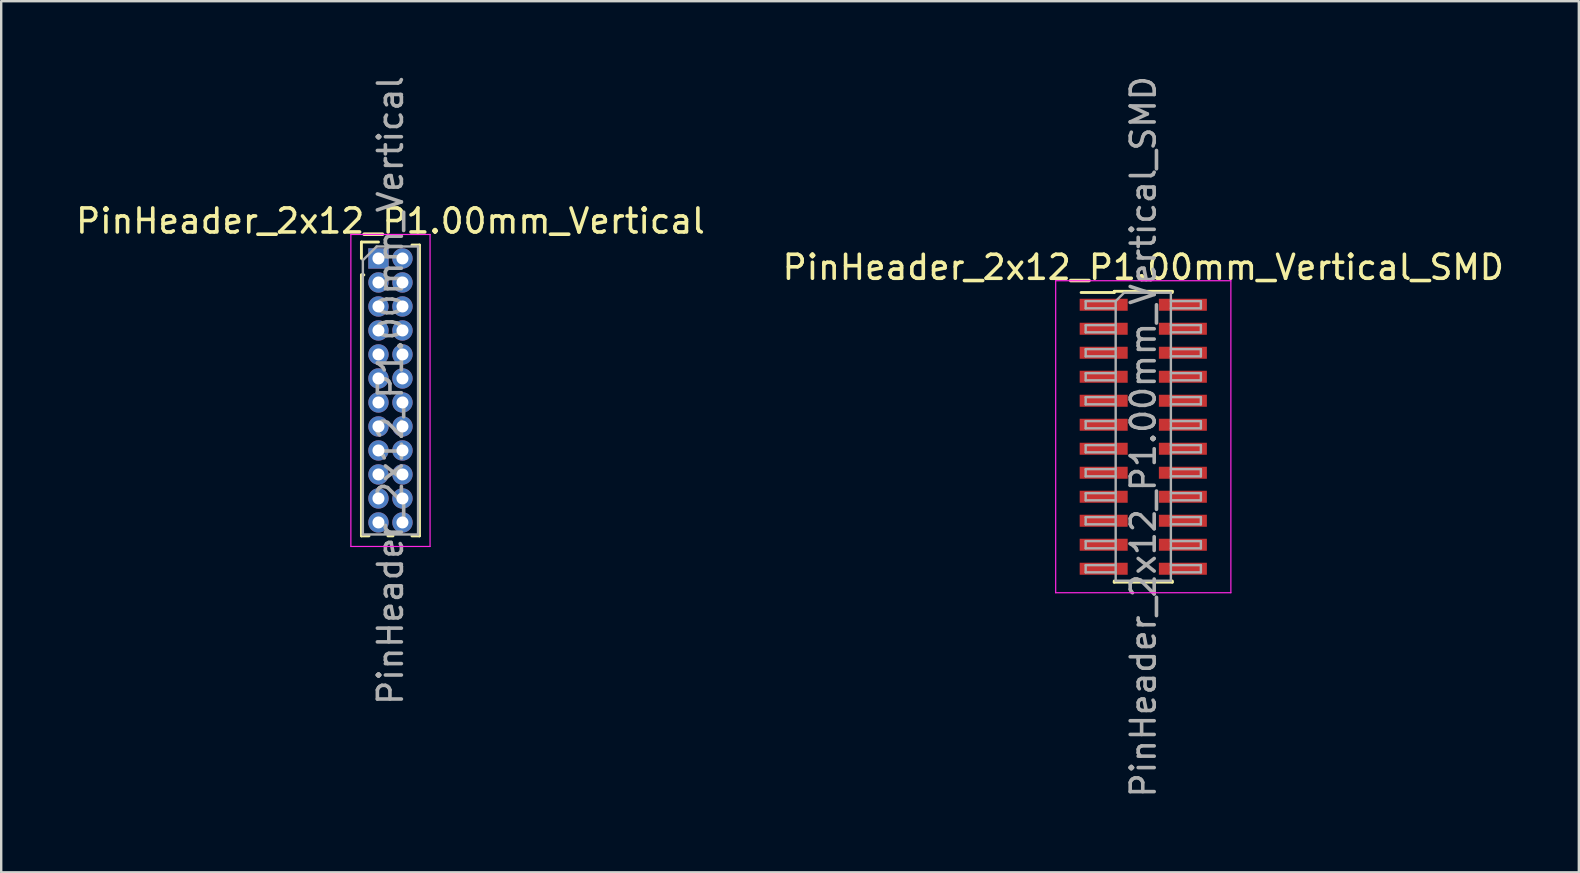
<source format=kicad_pcb>
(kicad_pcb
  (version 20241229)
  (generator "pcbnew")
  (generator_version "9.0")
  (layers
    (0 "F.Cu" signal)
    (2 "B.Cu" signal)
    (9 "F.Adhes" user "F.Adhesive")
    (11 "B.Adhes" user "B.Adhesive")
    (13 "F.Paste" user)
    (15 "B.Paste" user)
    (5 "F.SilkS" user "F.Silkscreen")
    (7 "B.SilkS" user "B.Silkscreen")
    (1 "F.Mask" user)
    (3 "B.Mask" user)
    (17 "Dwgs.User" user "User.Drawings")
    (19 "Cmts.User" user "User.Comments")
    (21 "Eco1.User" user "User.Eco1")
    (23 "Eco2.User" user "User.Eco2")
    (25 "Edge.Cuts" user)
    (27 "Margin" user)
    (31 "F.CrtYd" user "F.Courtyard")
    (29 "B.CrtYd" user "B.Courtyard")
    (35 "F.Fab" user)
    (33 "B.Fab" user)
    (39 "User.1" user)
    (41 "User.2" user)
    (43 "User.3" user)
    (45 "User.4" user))
  (footprint "PinHeader_2x12_P1.00mm_Vertical"
    (layer "F.Cu")
    (at 12.72 7.72)
    (property "Reference" "PinHeader_2x12_P1.00mm_Vertical" (at 0.5 -1.56 0) (layer "F.SilkS") (effects (font (size 1 1) (thickness 0.15))))
    (attr through_hole)
    (fp_line (start -0.71 -0.685) (end 0 -0.685) (stroke (width 0.12) (type solid)) (layer "F.SilkS"))
    (fp_line (start -0.71 0) (end -0.71 -0.685) (stroke (width 0.12) (type solid)) (layer "F.SilkS"))
    (fp_line (start -0.71 0.685) (end -0.71 11.56) (stroke (width 0.12) (type solid)) (layer "F.SilkS"))
    (fp_line (start -0.71 0.685) (end -0.608 0.685) (stroke (width 0.12) (type solid)) (layer "F.SilkS"))
    (fp_line (start -0.71 11.56) (end -0.394 11.56) (stroke (width 0.12) (type solid)) (layer "F.SilkS"))
    (fp_line (start 0.394 11.56) (end 0.606 11.56) (stroke (width 0.12) (type solid)) (layer "F.SilkS"))
    (fp_line (start 1.394 -0.56) (end 1.71 -0.56) (stroke (width 0.12) (type solid)) (layer "F.SilkS"))
    (fp_line (start 1.394 11.56) (end 1.71 11.56) (stroke (width 0.12) (type solid)) (layer "F.SilkS"))
    (fp_line (start 1.71 -0.56) (end 1.71 11.56) (stroke (width 0.12) (type solid)) (layer "F.SilkS"))
    (fp_line (start -1.15 -1) (end -1.15 12) (stroke (width 0.05) (type solid)) (layer "F.CrtYd"))
    (fp_line (start -1.15 12) (end 2.15 12) (stroke (width 0.05) (type solid)) (layer "F.CrtYd"))
    (fp_line (start 2.15 -1) (end -1.15 -1) (stroke (width 0.05) (type solid)) (layer "F.CrtYd"))
    (fp_line (start 2.15 12) (end 2.15 -1) (stroke (width 0.05) (type solid)) (layer "F.CrtYd"))
    (fp_line (start -0.65 0.075) (end -0.075 -0.5) (stroke (width 0.1) (type solid)) (layer "F.Fab"))
    (fp_line (start -0.65 11.5) (end -0.65 0.075) (stroke (width 0.1) (type solid)) (layer "F.Fab"))
    (fp_line (start -0.075 -0.5) (end 1.65 -0.5) (stroke (width 0.1) (type solid)) (layer "F.Fab"))
    (fp_line (start 1.65 -0.5) (end 1.65 11.5) (stroke (width 0.1) (type solid)) (layer "F.Fab"))
    (fp_line (start 1.65 11.5) (end -0.65 11.5) (stroke (width 0.1) (type solid)) (layer "F.Fab"))
    (fp_text user "${REFERENCE}" (at 0.5 5.5 90) (layer "F.Fab") (effects (font (size 1 1) (thickness 0.15))))
    (pad "1" thru_hole rect (at 0 0) (size 0.85 0.85) (drill 0.5) (layers "*.Cu" "*.Mask"))
    (pad "2" thru_hole oval (at 1 0) (size 0.85 0.85) (drill 0.5) (layers "*.Cu" "*.Mask"))
    (pad "3" thru_hole oval (at 0 1) (size 0.85 0.85) (drill 0.5) (layers "*.Cu" "*.Mask"))
    (pad "4" thru_hole oval (at 1 1) (size 0.85 0.85) (drill 0.5) (layers "*.Cu" "*.Mask"))
    (pad "5" thru_hole oval (at 0 2) (size 0.85 0.85) (drill 0.5) (layers "*.Cu" "*.Mask"))
    (pad "6" thru_hole oval (at 1 2) (size 0.85 0.85) (drill 0.5) (layers "*.Cu" "*.Mask"))
    (pad "7" thru_hole oval (at 0 3) (size 0.85 0.85) (drill 0.5) (layers "*.Cu" "*.Mask"))
    (pad "8" thru_hole oval (at 1 3) (size 0.85 0.85) (drill 0.5) (layers "*.Cu" "*.Mask"))
    (pad "9" thru_hole oval (at 0 4) (size 0.85 0.85) (drill 0.5) (layers "*.Cu" "*.Mask"))
    (pad "10" thru_hole oval (at 1 4) (size 0.85 0.85) (drill 0.5) (layers "*.Cu" "*.Mask"))
    (pad "11" thru_hole oval (at 0 5) (size 0.85 0.85) (drill 0.5) (layers "*.Cu" "*.Mask"))
    (pad "12" thru_hole oval (at 1 5) (size 0.85 0.85) (drill 0.5) (layers "*.Cu" "*.Mask"))
    (pad "13" thru_hole oval (at 0 6) (size 0.85 0.85) (drill 0.5) (layers "*.Cu" "*.Mask"))
    (pad "14" thru_hole oval (at 1 6) (size 0.85 0.85) (drill 0.5) (layers "*.Cu" "*.Mask"))
    (pad "15" thru_hole oval (at 0 7) (size 0.85 0.85) (drill 0.5) (layers "*.Cu" "*.Mask"))
    (pad "16" thru_hole oval (at 1 7) (size 0.85 0.85) (drill 0.5) (layers "*.Cu" "*.Mask"))
    (pad "17" thru_hole oval (at 0 8) (size 0.85 0.85) (drill 0.5) (layers "*.Cu" "*.Mask"))
    (pad "18" thru_hole oval (at 1 8) (size 0.85 0.85) (drill 0.5) (layers "*.Cu" "*.Mask"))
    (pad "19" thru_hole oval (at 0 9) (size 0.85 0.85) (drill 0.5) (layers "*.Cu" "*.Mask"))
    (pad "20" thru_hole oval (at 1 9) (size 0.85 0.85) (drill 0.5) (layers "*.Cu" "*.Mask"))
    (pad "21" thru_hole oval (at 0 10) (size 0.85 0.85) (drill 0.5) (layers "*.Cu" "*.Mask"))
    (pad "22" thru_hole oval (at 1 10) (size 0.85 0.85) (drill 0.5) (layers "*.Cu" "*.Mask"))
    (pad "23" thru_hole oval (at 0 11) (size 0.85 0.85) (drill 0.5) (layers "*.Cu" "*.Mask"))
    (pad "24" thru_hole oval (at 1 11) (size 0.85 0.85) (drill 0.5) (layers "*.Cu" "*.Mask")))
  (footprint "PinHeader_2x12_P1.00mm_Vertical_SMD"
    (layer "F.Cu")
    (at 44.589 15.149)
    (property "Reference" "PinHeader_2x12_P1.00mm_Vertical_SMD" (at 0 -7.06 0) (layer "F.SilkS") (effects (font (size 1 1) (thickness 0.15))))
    (attr smd)
    (fp_line (start -2.59 -6.01) (end -1.21 -6.01) (stroke (width 0.12) (type solid)) (layer "F.SilkS"))
    (fp_line (start -1.21 -6.06) (end -1.21 -6.01) (stroke (width 0.12) (type solid)) (layer "F.SilkS"))
    (fp_line (start -1.21 -6.06) (end 1.21 -6.06) (stroke (width 0.12) (type solid)) (layer "F.SilkS"))
    (fp_line (start -1.21 6.01) (end -1.21 6.06) (stroke (width 0.12) (type solid)) (layer "F.SilkS"))
    (fp_line (start -1.21 6.06) (end 1.21 6.06) (stroke (width 0.12) (type solid)) (layer "F.SilkS"))
    (fp_line (start 1.21 -6.06) (end 1.21 -6.01) (stroke (width 0.12) (type solid)) (layer "F.SilkS"))
    (fp_line (start 1.21 6.01) (end 1.21 6.06) (stroke (width 0.12) (type solid)) (layer "F.SilkS"))
    (fp_line (start -3.65 -6.5) (end -3.65 6.5) (stroke (width 0.05) (type solid)) (layer "F.CrtYd"))
    (fp_line (start -3.65 6.5) (end 3.65 6.5) (stroke (width 0.05) (type solid)) (layer "F.CrtYd"))
    (fp_line (start 3.65 -6.5) (end -3.65 -6.5) (stroke (width 0.05) (type solid)) (layer "F.CrtYd"))
    (fp_line (start 3.65 6.5) (end 3.65 -6.5) (stroke (width 0.05) (type solid)) (layer "F.CrtYd"))
    (fp_line (start -2.4 -5.65) (end -2.4 -5.35) (stroke (width 0.1) (type solid)) (layer "F.Fab"))
    (fp_line (start -2.4 -5.35) (end -1.15 -5.35) (stroke (width 0.1) (type solid)) (layer "F.Fab"))
    (fp_line (start -2.4 -4.65) (end -2.4 -4.35) (stroke (width 0.1) (type solid)) (layer "F.Fab"))
    (fp_line (start -2.4 -4.35) (end -1.15 -4.35) (stroke (width 0.1) (type solid)) (layer "F.Fab"))
    (fp_line (start -2.4 -3.65) (end -2.4 -3.35) (stroke (width 0.1) (type solid)) (layer "F.Fab"))
    (fp_line (start -2.4 -3.35) (end -1.15 -3.35) (stroke (width 0.1) (type solid)) (layer "F.Fab"))
    (fp_line (start -2.4 -2.65) (end -2.4 -2.35) (stroke (width 0.1) (type solid)) (layer "F.Fab"))
    (fp_line (start -2.4 -2.35) (end -1.15 -2.35) (stroke (width 0.1) (type solid)) (layer "F.Fab"))
    (fp_line (start -2.4 -1.65) (end -2.4 -1.35) (stroke (width 0.1) (type solid)) (layer "F.Fab"))
    (fp_line (start -2.4 -1.35) (end -1.15 -1.35) (stroke (width 0.1) (type solid)) (layer "F.Fab"))
    (fp_line (start -2.4 -0.65) (end -2.4 -0.35) (stroke (width 0.1) (type solid)) (layer "F.Fab"))
    (fp_line (start -2.4 -0.35) (end -1.15 -0.35) (stroke (width 0.1) (type solid)) (layer "F.Fab"))
    (fp_line (start -2.4 0.35) (end -2.4 0.65) (stroke (width 0.1) (type solid)) (layer "F.Fab"))
    (fp_line (start -2.4 0.65) (end -1.15 0.65) (stroke (width 0.1) (type solid)) (layer "F.Fab"))
    (fp_line (start -2.4 1.35) (end -2.4 1.65) (stroke (width 0.1) (type solid)) (layer "F.Fab"))
    (fp_line (start -2.4 1.65) (end -1.15 1.65) (stroke (width 0.1) (type solid)) (layer "F.Fab"))
    (fp_line (start -2.4 2.35) (end -2.4 2.65) (stroke (width 0.1) (type solid)) (layer "F.Fab"))
    (fp_line (start -2.4 2.65) (end -1.15 2.65) (stroke (width 0.1) (type solid)) (layer "F.Fab"))
    (fp_line (start -2.4 3.35) (end -2.4 3.65) (stroke (width 0.1) (type solid)) (layer "F.Fab"))
    (fp_line (start -2.4 3.65) (end -1.15 3.65) (stroke (width 0.1) (type solid)) (layer "F.Fab"))
    (fp_line (start -2.4 4.35) (end -2.4 4.65) (stroke (width 0.1) (type solid)) (layer "F.Fab"))
    (fp_line (start -2.4 4.65) (end -1.15 4.65) (stroke (width 0.1) (type solid)) (layer "F.Fab"))
    (fp_line (start -2.4 5.35) (end -2.4 5.65) (stroke (width 0.1) (type solid)) (layer "F.Fab"))
    (fp_line (start -2.4 5.65) (end -1.15 5.65) (stroke (width 0.1) (type solid)) (layer "F.Fab"))
    (fp_line (start -1.15 -5.65) (end -2.4 -5.65) (stroke (width 0.1) (type solid)) (layer "F.Fab"))
    (fp_line (start -1.15 -5.65) (end -0.8 -6) (stroke (width 0.1) (type solid)) (layer "F.Fab"))
    (fp_line (start -1.15 -4.65) (end -2.4 -4.65) (stroke (width 0.1) (type solid)) (layer "F.Fab"))
    (fp_line (start -1.15 -3.65) (end -2.4 -3.65) (stroke (width 0.1) (type solid)) (layer "F.Fab"))
    (fp_line (start -1.15 -2.65) (end -2.4 -2.65) (stroke (width 0.1) (type solid)) (layer "F.Fab"))
    (fp_line (start -1.15 -1.65) (end -2.4 -1.65) (stroke (width 0.1) (type solid)) (layer "F.Fab"))
    (fp_line (start -1.15 -0.65) (end -2.4 -0.65) (stroke (width 0.1) (type solid)) (layer "F.Fab"))
    (fp_line (start -1.15 0.35) (end -2.4 0.35) (stroke (width 0.1) (type solid)) (layer "F.Fab"))
    (fp_line (start -1.15 1.35) (end -2.4 1.35) (stroke (width 0.1) (type solid)) (layer "F.Fab"))
    (fp_line (start -1.15 2.35) (end -2.4 2.35) (stroke (width 0.1) (type solid)) (layer "F.Fab"))
    (fp_line (start -1.15 3.35) (end -2.4 3.35) (stroke (width 0.1) (type solid)) (layer "F.Fab"))
    (fp_line (start -1.15 4.35) (end -2.4 4.35) (stroke (width 0.1) (type solid)) (layer "F.Fab"))
    (fp_line (start -1.15 5.35) (end -2.4 5.35) (stroke (width 0.1) (type solid)) (layer "F.Fab"))
    (fp_line (start -1.15 6) (end -1.15 -5.65) (stroke (width 0.1) (type solid)) (layer "F.Fab"))
    (fp_line (start -0.8 -6) (end 1.15 -6) (stroke (width 0.1) (type solid)) (layer "F.Fab"))
    (fp_line (start 1.15 -6) (end 1.15 6) (stroke (width 0.1) (type solid)) (layer "F.Fab"))
    (fp_line (start 1.15 -5.65) (end 2.4 -5.65) (stroke (width 0.1) (type solid)) (layer "F.Fab"))
    (fp_line (start 1.15 -4.65) (end 2.4 -4.65) (stroke (width 0.1) (type solid)) (layer "F.Fab"))
    (fp_line (start 1.15 -3.65) (end 2.4 -3.65) (stroke (width 0.1) (type solid)) (layer "F.Fab"))
    (fp_line (start 1.15 -2.65) (end 2.4 -2.65) (stroke (width 0.1) (type solid)) (layer "F.Fab"))
    (fp_line (start 1.15 -1.65) (end 2.4 -1.65) (stroke (width 0.1) (type solid)) (layer "F.Fab"))
    (fp_line (start 1.15 -0.65) (end 2.4 -0.65) (stroke (width 0.1) (type solid)) (layer "F.Fab"))
    (fp_line (start 1.15 0.35) (end 2.4 0.35) (stroke (width 0.1) (type solid)) (layer "F.Fab"))
    (fp_line (start 1.15 1.35) (end 2.4 1.35) (stroke (width 0.1) (type solid)) (layer "F.Fab"))
    (fp_line (start 1.15 2.35) (end 2.4 2.35) (stroke (width 0.1) (type solid)) (layer "F.Fab"))
    (fp_line (start 1.15 3.35) (end 2.4 3.35) (stroke (width 0.1) (type solid)) (layer "F.Fab"))
    (fp_line (start 1.15 4.35) (end 2.4 4.35) (stroke (width 0.1) (type solid)) (layer "F.Fab"))
    (fp_line (start 1.15 5.35) (end 2.4 5.35) (stroke (width 0.1) (type solid)) (layer "F.Fab"))
    (fp_line (start 1.15 6) (end -1.15 6) (stroke (width 0.1) (type solid)) (layer "F.Fab"))
    (fp_line (start 2.4 -5.65) (end 2.4 -5.35) (stroke (width 0.1) (type solid)) (layer "F.Fab"))
    (fp_line (start 2.4 -5.35) (end 1.15 -5.35) (stroke (width 0.1) (type solid)) (layer "F.Fab"))
    (fp_line (start 2.4 -4.65) (end 2.4 -4.35) (stroke (width 0.1) (type solid)) (layer "F.Fab"))
    (fp_line (start 2.4 -4.35) (end 1.15 -4.35) (stroke (width 0.1) (type solid)) (layer "F.Fab"))
    (fp_line (start 2.4 -3.65) (end 2.4 -3.35) (stroke (width 0.1) (type solid)) (layer "F.Fab"))
    (fp_line (start 2.4 -3.35) (end 1.15 -3.35) (stroke (width 0.1) (type solid)) (layer "F.Fab"))
    (fp_line (start 2.4 -2.65) (end 2.4 -2.35) (stroke (width 0.1) (type solid)) (layer "F.Fab"))
    (fp_line (start 2.4 -2.35) (end 1.15 -2.35) (stroke (width 0.1) (type solid)) (layer "F.Fab"))
    (fp_line (start 2.4 -1.65) (end 2.4 -1.35) (stroke (width 0.1) (type solid)) (layer "F.Fab"))
    (fp_line (start 2.4 -1.35) (end 1.15 -1.35) (stroke (width 0.1) (type solid)) (layer "F.Fab"))
    (fp_line (start 2.4 -0.65) (end 2.4 -0.35) (stroke (width 0.1) (type solid)) (layer "F.Fab"))
    (fp_line (start 2.4 -0.35) (end 1.15 -0.35) (stroke (width 0.1) (type solid)) (layer "F.Fab"))
    (fp_line (start 2.4 0.35) (end 2.4 0.65) (stroke (width 0.1) (type solid)) (layer "F.Fab"))
    (fp_line (start 2.4 0.65) (end 1.15 0.65) (stroke (width 0.1) (type solid)) (layer "F.Fab"))
    (fp_line (start 2.4 1.35) (end 2.4 1.65) (stroke (width 0.1) (type solid)) (layer "F.Fab"))
    (fp_line (start 2.4 1.65) (end 1.15 1.65) (stroke (width 0.1) (type solid)) (layer "F.Fab"))
    (fp_line (start 2.4 2.35) (end 2.4 2.65) (stroke (width 0.1) (type solid)) (layer "F.Fab"))
    (fp_line (start 2.4 2.65) (end 1.15 2.65) (stroke (width 0.1) (type solid)) (layer "F.Fab"))
    (fp_line (start 2.4 3.35) (end 2.4 3.65) (stroke (width 0.1) (type solid)) (layer "F.Fab"))
    (fp_line (start 2.4 3.65) (end 1.15 3.65) (stroke (width 0.1) (type solid)) (layer "F.Fab"))
    (fp_line (start 2.4 4.35) (end 2.4 4.65) (stroke (width 0.1) (type solid)) (layer "F.Fab"))
    (fp_line (start 2.4 4.65) (end 1.15 4.65) (stroke (width 0.1) (type solid)) (layer "F.Fab"))
    (fp_line (start 2.4 5.35) (end 2.4 5.65) (stroke (width 0.1) (type solid)) (layer "F.Fab"))
    (fp_line (start 2.4 5.65) (end 1.15 5.65) (stroke (width 0.1) (type solid)) (layer "F.Fab"))
    (fp_text user "${REFERENCE}" (at 0 0 90) (layer "F.Fab") (effects (font (size 1 1) (thickness 0.15))))
    (pad "1" smd rect (at -1.65 -5.5) (size 2 0.5) (layers "F.Cu" "F.Mask" "F.Paste"))
    (pad "2" smd rect (at 1.65 -5.5) (size 2 0.5) (layers "F.Cu" "F.Mask" "F.Paste"))
    (pad "3" smd rect (at -1.65 -4.5) (size 2 0.5) (layers "F.Cu" "F.Mask" "F.Paste"))
    (pad "4" smd rect (at 1.65 -4.5) (size 2 0.5) (layers "F.Cu" "F.Mask" "F.Paste"))
    (pad "5" smd rect (at -1.65 -3.5) (size 2 0.5) (layers "F.Cu" "F.Mask" "F.Paste"))
    (pad "6" smd rect (at 1.65 -3.5) (size 2 0.5) (layers "F.Cu" "F.Mask" "F.Paste"))
    (pad "7" smd rect (at -1.65 -2.5) (size 2 0.5) (layers "F.Cu" "F.Mask" "F.Paste"))
    (pad "8" smd rect (at 1.65 -2.5) (size 2 0.5) (layers "F.Cu" "F.Mask" "F.Paste"))
    (pad "9" smd rect (at -1.65 -1.5) (size 2 0.5) (layers "F.Cu" "F.Mask" "F.Paste"))
    (pad "10" smd rect (at 1.65 -1.5) (size 2 0.5) (layers "F.Cu" "F.Mask" "F.Paste"))
    (pad "11" smd rect (at -1.65 -0.5) (size 2 0.5) (layers "F.Cu" "F.Mask" "F.Paste"))
    (pad "12" smd rect (at 1.65 -0.5) (size 2 0.5) (layers "F.Cu" "F.Mask" "F.Paste"))
    (pad "13" smd rect (at -1.65 0.5) (size 2 0.5) (layers "F.Cu" "F.Mask" "F.Paste"))
    (pad "14" smd rect (at 1.65 0.5) (size 2 0.5) (layers "F.Cu" "F.Mask" "F.Paste"))
    (pad "15" smd rect (at -1.65 1.5) (size 2 0.5) (layers "F.Cu" "F.Mask" "F.Paste"))
    (pad "16" smd rect (at 1.65 1.5) (size 2 0.5) (layers "F.Cu" "F.Mask" "F.Paste"))
    (pad "17" smd rect (at -1.65 2.5) (size 2 0.5) (layers "F.Cu" "F.Mask" "F.Paste"))
    (pad "18" smd rect (at 1.65 2.5) (size 2 0.5) (layers "F.Cu" "F.Mask" "F.Paste"))
    (pad "19" smd rect (at -1.65 3.5) (size 2 0.5) (layers "F.Cu" "F.Mask" "F.Paste"))
    (pad "20" smd rect (at 1.65 3.5) (size 2 0.5) (layers "F.Cu" "F.Mask" "F.Paste"))
    (pad "21" smd rect (at -1.65 4.5) (size 2 0.5) (layers "F.Cu" "F.Mask" "F.Paste"))
    (pad "22" smd rect (at 1.65 4.5) (size 2 0.5) (layers "F.Cu" "F.Mask" "F.Paste"))
    (pad "23" smd rect (at -1.65 5.5) (size 2 0.5) (layers "F.Cu" "F.Mask" "F.Paste"))
    (pad "24" smd rect (at 1.65 5.5) (size 2 0.5) (layers "F.Cu" "F.Mask" "F.Paste")))
  (gr_rect
    (start -3 -3)
    (end 62.738 33.298)
    (stroke (width 0.1) (type default))
    (fill no)
    (layer "Edge.Cuts")))
</source>
